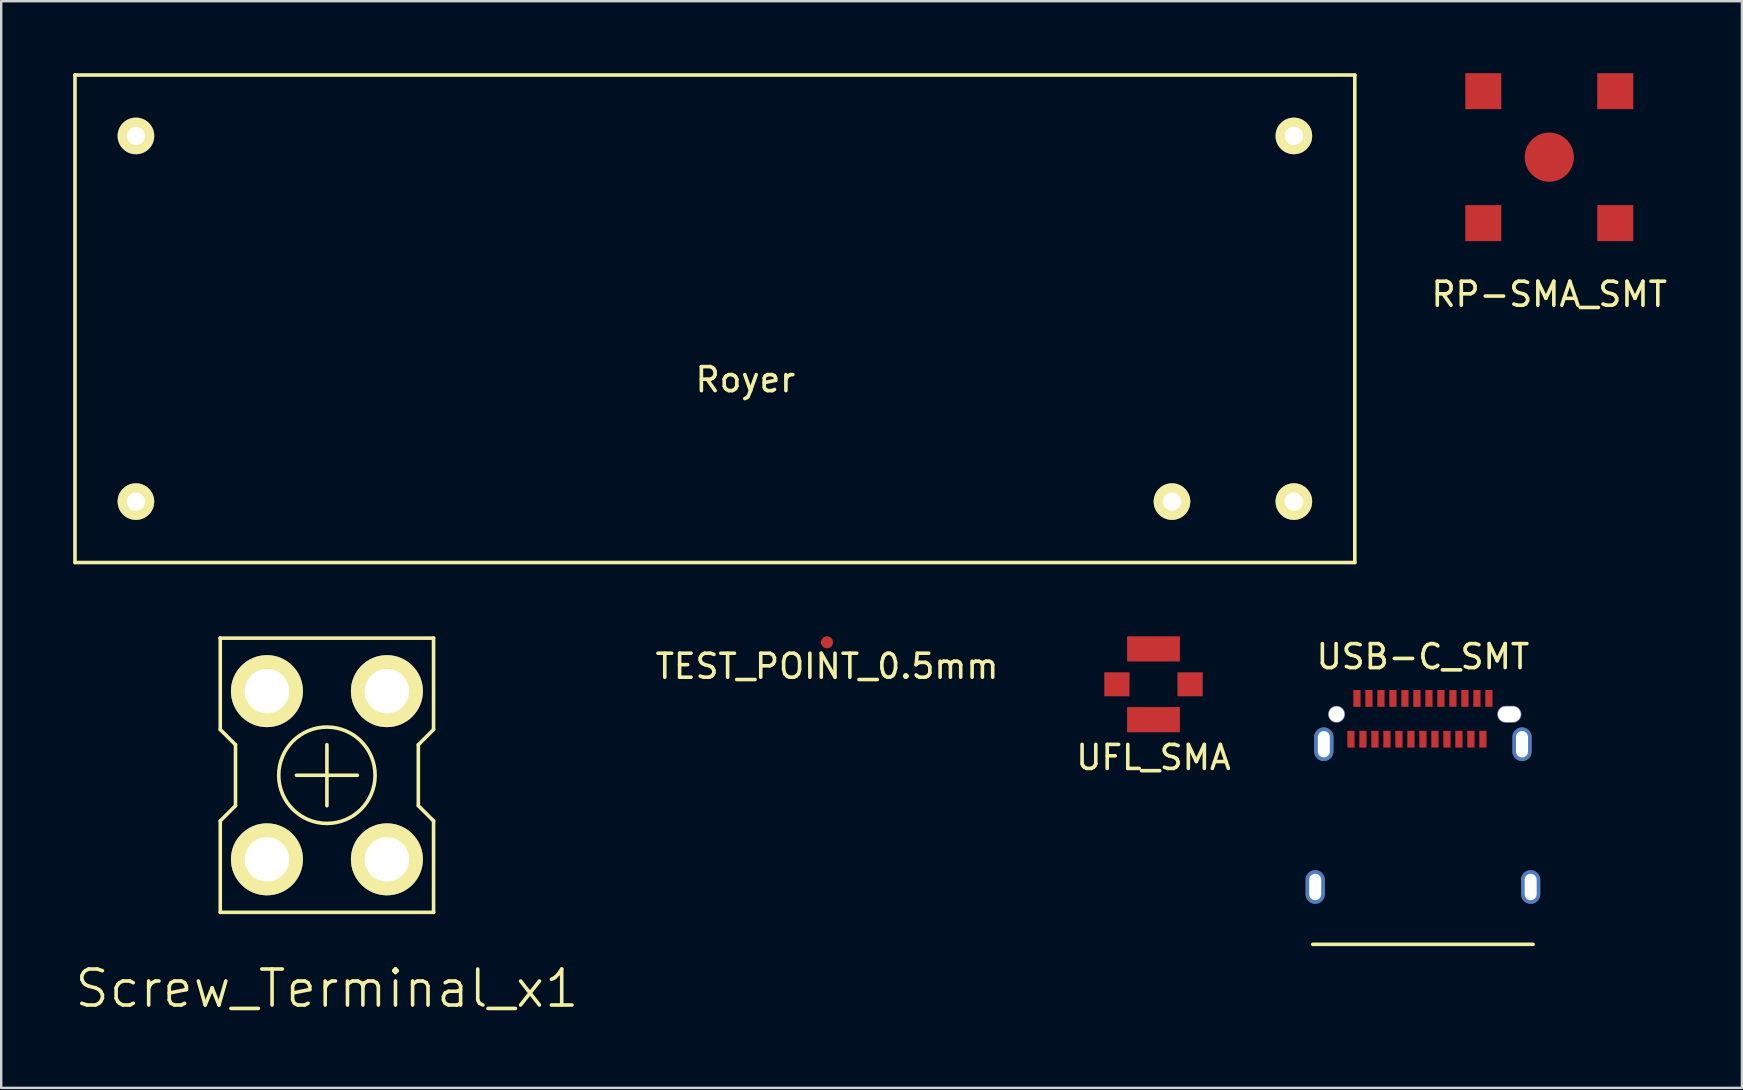
<source format=kicad_pcb>
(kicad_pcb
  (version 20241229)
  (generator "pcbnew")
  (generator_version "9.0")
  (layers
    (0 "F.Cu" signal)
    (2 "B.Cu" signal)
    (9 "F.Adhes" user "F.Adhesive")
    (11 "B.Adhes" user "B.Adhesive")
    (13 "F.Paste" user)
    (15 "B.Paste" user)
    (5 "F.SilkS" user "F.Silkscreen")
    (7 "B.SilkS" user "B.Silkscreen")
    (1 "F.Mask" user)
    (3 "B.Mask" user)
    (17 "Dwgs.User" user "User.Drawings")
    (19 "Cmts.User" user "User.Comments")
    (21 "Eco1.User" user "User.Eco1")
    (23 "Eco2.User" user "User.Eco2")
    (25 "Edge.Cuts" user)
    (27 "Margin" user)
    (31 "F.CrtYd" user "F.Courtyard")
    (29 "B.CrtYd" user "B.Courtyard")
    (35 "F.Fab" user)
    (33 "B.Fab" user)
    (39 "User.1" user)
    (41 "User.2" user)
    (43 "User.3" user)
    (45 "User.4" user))
  (footprint "Screw_Terminal_x1"
    (layer "F.Cu")
    (at 10.575 29.26)
    (property "Reference" "Screw_Terminal_x1" (at 0 8.89 0) (layer "F.SilkS") (effects (font (size 1.5 1.5) (thickness 0.15))))
    (attr through_hole)
    (fp_line (start -4.445 -5.715) (end -4.445 -1.905) (stroke (width 0.15) (type solid)) (layer "F.SilkS"))
    (fp_line (start -4.445 -5.715) (end 4.445 -5.715) (stroke (width 0.15) (type solid)) (layer "F.SilkS"))
    (fp_line (start -4.445 -1.905) (end -3.81 -1.27) (stroke (width 0.15) (type solid)) (layer "F.SilkS"))
    (fp_line (start -4.445 5.715) (end -4.445 1.905) (stroke (width 0.15) (type solid)) (layer "F.SilkS"))
    (fp_line (start -3.81 -1.27) (end -3.81 1.27) (stroke (width 0.15) (type solid)) (layer "F.SilkS"))
    (fp_line (start -3.81 1.27) (end -4.445 1.905) (stroke (width 0.15) (type solid)) (layer "F.SilkS"))
    (fp_line (start -1.27 0) (end 1.27 0) (stroke (width 0.15) (type solid)) (layer "F.SilkS"))
    (fp_line (start 0 1.27) (end 0 -1.27) (stroke (width 0.15) (type solid)) (layer "F.SilkS"))
    (fp_line (start 3.81 -1.27) (end 4.445 -1.905) (stroke (width 0.15) (type solid)) (layer "F.SilkS"))
    (fp_line (start 3.81 1.27) (end 3.81 -1.27) (stroke (width 0.15) (type solid)) (layer "F.SilkS"))
    (fp_line (start 4.445 -5.715) (end 4.445 -1.905) (stroke (width 0.15) (type solid)) (layer "F.SilkS"))
    (fp_line (start 4.445 1.905) (end 3.81 1.27) (stroke (width 0.15) (type solid)) (layer "F.SilkS"))
    (fp_line (start 4.445 5.715) (end -4.445 5.715) (stroke (width 0.15) (type solid)) (layer "F.SilkS"))
    (fp_line (start 4.445 5.715) (end 4.445 1.905) (stroke (width 0.15) (type solid)) (layer "F.SilkS"))
    (fp_circle (center 0 0) (end 1.905 0.635) (stroke (width 0.15) (type solid)) (fill no) (layer "F.SilkS"))
    (pad "1" thru_hole circle (at -2.5 -3.505) (size 3 3) (drill 1.85) (layers "*.Cu" "*.Mask" "F.SilkS"))
    (pad "1" thru_hole circle (at -2.5 3.505) (size 3 3) (drill 1.85) (layers "*.Cu" "*.Mask" "F.SilkS"))
    (pad "1" thru_hole circle (at 2.5 -3.505) (size 3 3) (drill 1.85) (layers "*.Cu" "*.Mask" "F.SilkS"))
    (pad "1" thru_hole circle (at 2.5 3.505) (size 3 3) (drill 1.85) (layers "*.Cu" "*.Mask" "F.SilkS")))
  (footprint "Royer"
    (layer "F.Cu")
    (at 28.015 10.235)
    (property "Reference" "Royer" (at 0 2.54 0) (layer "F.SilkS") (effects (font (size 1 1) (thickness 0.15))))
    (attr through_hole)
    (fp_line (start -27.94 -10.16) (end -27.94 10.16) (stroke (width 0.15) (type solid)) (layer "F.SilkS"))
    (fp_line (start -27.94 10.16) (end 25.4 10.16) (stroke (width 0.15) (type solid)) (layer "F.SilkS"))
    (fp_line (start 25.4 -10.16) (end -27.94 -10.16) (stroke (width 0.15) (type solid)) (layer "F.SilkS"))
    (fp_line (start 25.4 10.16) (end 25.4 -10.16) (stroke (width 0.15) (type solid)) (layer "F.SilkS"))
    (pad "1" thru_hole circle (at -25.4 -7.62) (size 1.524 1.524) (drill 0.762) (layers "*.Cu" "*.Mask" "F.SilkS"))
    (pad "2" thru_hole circle (at -25.4 7.62) (size 1.524 1.524) (drill 0.762) (layers "*.Cu" "*.Mask" "F.SilkS"))
    (pad "3" thru_hole circle (at 17.78 7.62) (size 1.524 1.524) (drill 0.762) (layers "*.Cu" "*.Mask" "F.SilkS"))
    (pad "4" thru_hole circle (at 22.86 7.62) (size 1.524 1.524) (drill 0.762) (layers "*.Cu" "*.Mask" "F.SilkS"))
    (pad "5" thru_hole circle (at 22.86 -7.62) (size 1.524 1.524) (drill 0.762) (layers "*.Cu" "*.Mask" "F.SilkS")))
  (footprint "TEST_POINT_0.5mm"
    (layer "F.Cu")
    (at 31.418 23.72)
    (property "Reference" "TEST_POINT_0.5mm" (at 0 1 0) (layer "F.SilkS") (effects (font (size 1 1) (thickness 0.15))))
    (attr through_hole)
    (pad "1" smd circle (at 0 0) (size 0.5 0.5) (layers "F.Cu" "F.Mask")))
  (footprint "USB-C_SMT"
    (layer "F.Cu")
    (at 56.254 26.718)
    (property "Reference" "USB-C_SMT" (at 0 -2.4 0) (layer "F.SilkS") (effects (font (size 1 1) (thickness 0.15))))
    (attr through_hole)
    (fp_line (start 4.59 9.59) (end -4.59 9.59) (stroke (width 0.15) (type solid)) (layer "F.SilkS"))
    (pad "" np_thru_hole circle (at -3.6 0) (size 0.7 0.7) (drill 0.65) (layers "*.Cu" "*.Mask"))
    (pad "" np_thru_hole oval (at 3.6 0) (size 1 0.7) (drill oval 0.95 0.65) (layers "*.Cu" "*.Mask"))
    (pad "A1" smd rect (at -2.75 -0.66) (size 0.3 0.7) (layers "F.Cu" "F.Mask" "F.Paste"))
    (pad "A2" smd rect (at -2.25 -0.66) (size 0.3 0.7) (layers "F.Cu" "F.Mask" "F.Paste"))
    (pad "A3" smd rect (at -1.75 -0.66) (size 0.3 0.7) (layers "F.Cu" "F.Mask" "F.Paste"))
    (pad "A4" smd rect (at -1.25 -0.66) (size 0.3 0.7) (layers "F.Cu" "F.Mask" "F.Paste"))
    (pad "A5" smd rect (at -0.75 -0.66) (size 0.3 0.7) (layers "F.Cu" "F.Mask" "F.Paste"))
    (pad "A6" smd rect (at -0.25 -0.66) (size 0.3 0.7) (layers "F.Cu" "F.Mask" "F.Paste"))
    (pad "A7" smd rect (at 0.25 -0.66) (size 0.3 0.7) (layers "F.Cu" "F.Mask" "F.Paste"))
    (pad "A8" smd rect (at 0.75 -0.66) (size 0.3 0.7) (layers "F.Cu" "F.Mask" "F.Paste"))
    (pad "A9" smd rect (at 1.25 -0.66) (size 0.3 0.7) (layers "F.Cu" "F.Mask" "F.Paste"))
    (pad "A10" smd rect (at 1.75 -0.66) (size 0.3 0.7) (layers "F.Cu" "F.Mask" "F.Paste"))
    (pad "A11" smd rect (at 2.25 -0.66) (size 0.3 0.7) (layers "F.Cu" "F.Mask" "F.Paste"))
    (pad "A12" smd rect (at 2.75 -0.66) (size 0.3 0.7) (layers "F.Cu" "F.Mask" "F.Paste"))
    (pad "B1" smd rect (at 2.5 1.04) (size 0.3 0.7) (layers "F.Cu" "F.Mask" "F.Paste"))
    (pad "B2" smd rect (at 2 1.04) (size 0.3 0.7) (layers "F.Cu" "F.Mask" "F.Paste"))
    (pad "B3" smd rect (at 1.5 1.04) (size 0.3 0.7) (layers "F.Cu" "F.Mask" "F.Paste"))
    (pad "B4" smd rect (at 1 1.04) (size 0.3 0.7) (layers "F.Cu" "F.Mask" "F.Paste"))
    (pad "B5" smd rect (at 0.5 1.04) (size 0.3 0.7) (layers "F.Cu" "F.Mask" "F.Paste"))
    (pad "B6" smd rect (at 0 1.04) (size 0.3 0.7) (layers "F.Cu" "F.Mask" "F.Paste"))
    (pad "B7" smd rect (at -0.5 1.04) (size 0.3 0.7) (layers "F.Cu" "F.Mask" "F.Paste"))
    (pad "B8" smd rect (at -1 1.04) (size 0.3 0.7) (layers "F.Cu" "F.Mask" "F.Paste"))
    (pad "B9" smd rect (at -1.5 1.04) (size 0.3 0.7) (layers "F.Cu" "F.Mask" "F.Paste"))
    (pad "B10" smd rect (at -2 1.04) (size 0.3 0.7) (layers "F.Cu" "F.Mask" "F.Paste"))
    (pad "B11" smd rect (at -2.5 1.04) (size 0.3 0.7) (layers "F.Cu" "F.Mask" "F.Paste"))
    (pad "B12" smd rect (at -3 1.04) (size 0.3 0.7) (layers "F.Cu" "F.Mask" "F.Paste"))
    (pad "P" thru_hole oval (at -4.49 7.2) (size 0.8 1.4) (drill oval 0.5 1.1) (layers "*.Cu" "*.Mask"))
    (pad "P" thru_hole oval (at -4.13 1.25) (size 0.8 1.4) (drill oval 0.5 1.1) (layers "*.Cu" "*.Mask"))
    (pad "P" thru_hole oval (at 4.13 1.25) (size 0.8 1.4) (drill oval 0.5 1.1) (layers "*.Cu" "*.Mask"))
    (pad "P" thru_hole oval (at 4.49 7.2) (size 0.8 1.4) (drill oval 0.5 1.1) (layers "*.Cu" "*.Mask")))
  (footprint "UFL_SMA"
    (layer "F.Cu")
    (at 45.025 25.47)
    (property "Reference" "UFL_SMA" (at 0 3.05 0) (layer "F.SilkS") (effects (font (size 1 1) (thickness 0.15))))
    (attr through_hole)
    (pad "1" smd rect (at 1.525 0) (size 1.05 1) (layers "F.Cu" "F.Mask" "F.Paste"))
    (pad "2" smd rect (at -1.525 0) (size 1.05 1) (layers "F.Cu" "F.Mask" "F.Paste"))
    (pad "2" smd rect (at 0 -1.475) (size 2.2 1.05) (layers "F.Cu" "F.Mask" "F.Paste"))
    (pad "2" smd rect (at 0 1.475) (size 2.2 1.05) (layers "F.Cu" "F.Mask" "F.Paste")))
  (footprint "RP-SMA_SMT"
    (layer "F.Cu")
    (at 61.52 3.5)
    (property "Reference" "RP-SMA_SMT" (at 0 5.715 0) (layer "F.SilkS") (effects (font (size 1 1) (thickness 0.15))))
    (attr through_hole)
    (pad "1" smd circle (at 0 0) (size 2.05 2.05) (layers "F.Cu" "F.Mask" "F.Paste"))
    (pad "2" smd rect (at -2.75 -2.75) (size 1.5 1.5) (layers "F.Cu" "F.Mask" "F.Paste"))
    (pad "2" smd rect (at -2.75 2.75) (size 1.5 1.5) (layers "F.Cu" "F.Mask" "F.Paste"))
    (pad "2" smd rect (at 2.75 -2.75) (size 1.5 1.5) (layers "F.Cu" "F.Mask" "F.Paste"))
    (pad "2" smd rect (at 2.75 2.75) (size 1.5 1.5) (layers "F.Cu" "F.Mask" "F.Paste")))
  (gr_rect
    (start -3 -3)
    (end 69.55 42.291)
    (stroke (width 0.1) (type default))
    (fill no)
    (layer "Edge.Cuts")))
</source>
